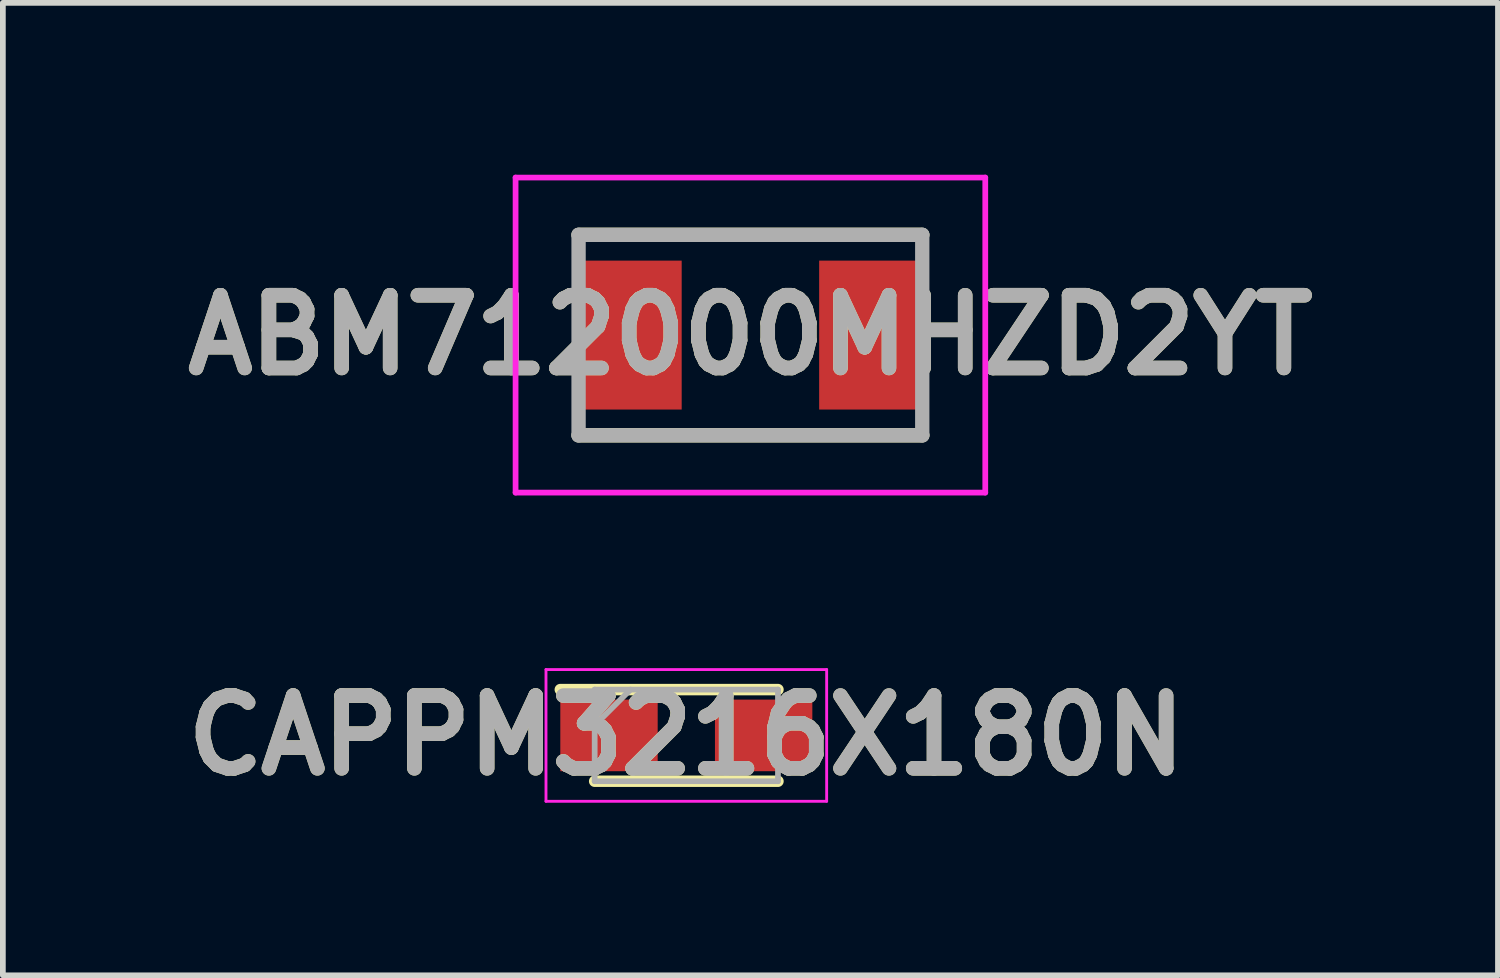
<source format=kicad_pcb>
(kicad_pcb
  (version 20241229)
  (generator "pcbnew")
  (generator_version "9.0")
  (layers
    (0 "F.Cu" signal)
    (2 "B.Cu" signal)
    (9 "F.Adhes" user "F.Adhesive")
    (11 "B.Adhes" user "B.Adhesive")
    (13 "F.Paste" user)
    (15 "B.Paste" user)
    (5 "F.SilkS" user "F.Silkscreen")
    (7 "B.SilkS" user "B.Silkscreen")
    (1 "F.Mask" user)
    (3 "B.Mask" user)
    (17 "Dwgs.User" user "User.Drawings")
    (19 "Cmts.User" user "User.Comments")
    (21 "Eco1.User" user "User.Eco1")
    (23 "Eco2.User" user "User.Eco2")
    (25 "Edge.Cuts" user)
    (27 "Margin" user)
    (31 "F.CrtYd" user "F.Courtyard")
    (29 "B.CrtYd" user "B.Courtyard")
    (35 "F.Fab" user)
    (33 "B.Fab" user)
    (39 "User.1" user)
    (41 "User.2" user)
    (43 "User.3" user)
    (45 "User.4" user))
  (footprint "CAPPM3216X180N"
    (layer "F.Cu")
    (at 8.932 9.789)
    (property "Reference" "CAPPM3216X180N" (at 0 0 0) (layer "F.SilkS") (effects (font (size 1.27 1.27) (thickness 0.254))))
    (attr smd)
    (fp_line (start -1.6 0.8) (end 1.6 0.8) (stroke (width 0.2) (type solid)) (layer "F.SilkS"))
    (fp_line (start 1.6 -0.8) (end -2.2 -0.8) (stroke (width 0.2) (type solid)) (layer "F.SilkS"))
    (fp_line (start -2.45 -1.15) (end 2.45 -1.15) (stroke (width 0.05) (type solid)) (layer "F.CrtYd"))
    (fp_line (start -2.45 1.15) (end -2.45 -1.15) (stroke (width 0.05) (type solid)) (layer "F.CrtYd"))
    (fp_line (start 2.45 -1.15) (end 2.45 1.15) (stroke (width 0.05) (type solid)) (layer "F.CrtYd"))
    (fp_line (start 2.45 1.15) (end -2.45 1.15) (stroke (width 0.05) (type solid)) (layer "F.CrtYd"))
    (fp_line (start -1.6 -0.8) (end 1.6 -0.8) (stroke (width 0.1) (type solid)) (layer "F.Fab"))
    (fp_line (start -1.6 -0.175) (end -0.975 -0.8) (stroke (width 0.1) (type solid)) (layer "F.Fab"))
    (fp_line (start -1.6 0.8) (end -1.6 -0.8) (stroke (width 0.1) (type solid)) (layer "F.Fab"))
    (fp_line (start 1.6 -0.8) (end 1.6 0.8) (stroke (width 0.1) (type solid)) (layer "F.Fab"))
    (fp_line (start 1.6 0.8) (end -1.6 0.8) (stroke (width 0.1) (type solid)) (layer "F.Fab"))
    (fp_text user "${REFERENCE}" (at 0 0 0) (layer "F.Fab") (effects (font (size 1.27 1.27) (thickness 0.254))))
    (pad "1" smd rect (at -1.35 0 90) (size 1.25 1.7) (layers "F.Cu" "F.Mask" "F.Paste"))
    (pad "2" smd rect (at 1.35 0 90) (size 1.25 1.7) (layers "F.Cu" "F.Mask" "F.Paste")))
  (footprint "ABM712000MHZD2YT"
    (layer "F.Cu")
    (at 10.051 2.8)
    (property "Reference" "ABM712000MHZD2YT" (at 0 0 0) (layer "F.SilkS") (effects (font (size 1.27 1.27) (thickness 0.254))))
    (attr smd)
    (fp_line (start -3 -1.75) (end 3 -1.75) (stroke (width 0.25) (type solid)) (layer "F.SilkS"))
    (fp_line (start 3 1.75) (end -3 1.75) (stroke (width 0.25) (type solid)) (layer "F.SilkS"))
    (fp_line (start -4.1 -2.75) (end 4.1 -2.75) (stroke (width 0.1) (type solid)) (layer "F.CrtYd"))
    (fp_line (start -4.1 2.75) (end -4.1 -2.75) (stroke (width 0.1) (type solid)) (layer "F.CrtYd"))
    (fp_line (start 4.1 -2.75) (end 4.1 2.75) (stroke (width 0.1) (type solid)) (layer "F.CrtYd"))
    (fp_line (start 4.1 2.75) (end -4.1 2.75) (stroke (width 0.1) (type solid)) (layer "F.CrtYd"))
    (fp_line (start -3 -1.75) (end 3 -1.75) (stroke (width 0.25) (type solid)) (layer "F.Fab"))
    (fp_line (start -3 1.75) (end -3 -1.75) (stroke (width 0.25) (type solid)) (layer "F.Fab"))
    (fp_line (start 3 -1.75) (end 3 1.75) (stroke (width 0.25) (type solid)) (layer "F.Fab"))
    (fp_line (start 3 1.75) (end -3 1.75) (stroke (width 0.25) (type solid)) (layer "F.Fab"))
    (fp_text user "${REFERENCE}" (at 0 0 0) (layer "F.Fab") (effects (font (size 1.27 1.27) (thickness 0.254))))
    (pad "1" smd rect (at -2.15 0) (size 1.9 2.6) (layers "F.Cu" "F.Mask" "F.Paste"))
    (pad "2" smd rect (at 2.15 0) (size 1.9 2.6) (layers "F.Cu" "F.Mask" "F.Paste")))
  (gr_rect
    (start -3 -3)
    (end 23.102 13.977)
    (stroke (width 0.1) (type default))
    (fill no)
    (layer "Edge.Cuts")))
</source>
